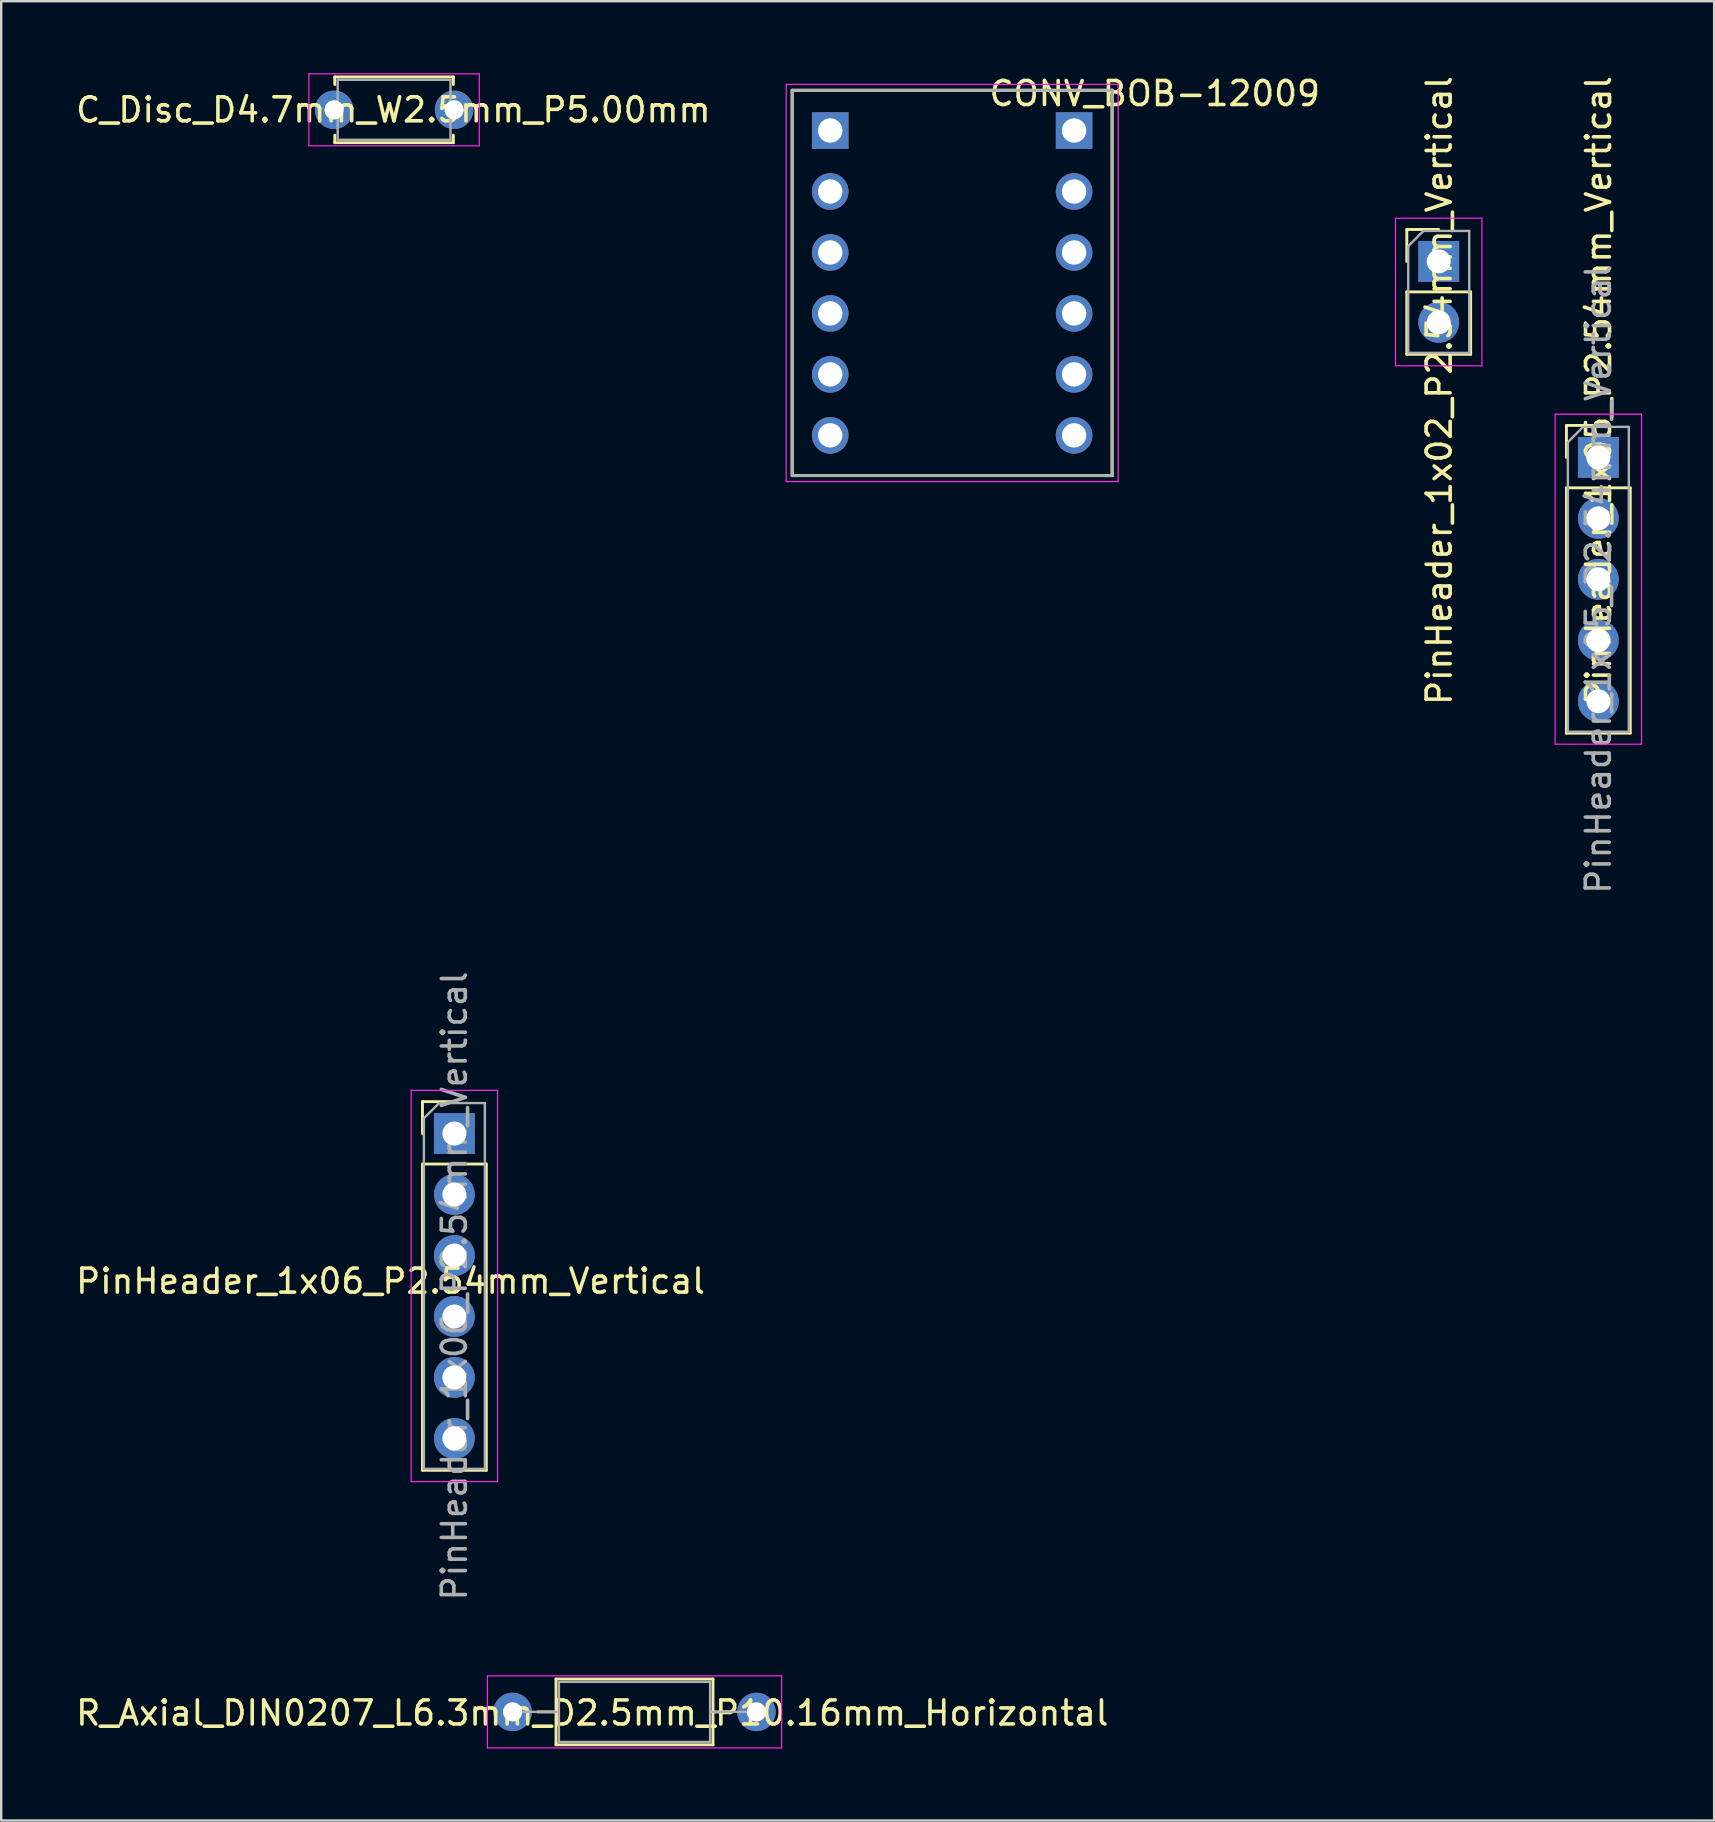
<source format=kicad_pcb>
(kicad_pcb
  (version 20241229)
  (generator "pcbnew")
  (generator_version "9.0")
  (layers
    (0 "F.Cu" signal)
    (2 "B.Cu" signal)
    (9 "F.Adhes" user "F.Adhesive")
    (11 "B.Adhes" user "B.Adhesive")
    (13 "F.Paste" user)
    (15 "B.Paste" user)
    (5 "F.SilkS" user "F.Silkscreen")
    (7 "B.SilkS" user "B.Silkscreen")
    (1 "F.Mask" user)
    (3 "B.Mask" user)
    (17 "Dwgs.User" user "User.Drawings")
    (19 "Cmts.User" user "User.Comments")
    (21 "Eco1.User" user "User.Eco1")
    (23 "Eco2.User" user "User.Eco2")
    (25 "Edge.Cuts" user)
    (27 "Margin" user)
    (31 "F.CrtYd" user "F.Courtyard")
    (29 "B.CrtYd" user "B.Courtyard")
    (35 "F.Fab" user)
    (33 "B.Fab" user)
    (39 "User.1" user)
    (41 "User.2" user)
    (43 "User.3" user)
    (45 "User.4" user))
  (footprint "PinHeader_1x02_P2.54mm_Vertical"
    (layer "F.Cu")
    (at 56.89 7.84)
    (property "Reference" "PinHeader_1x02_P2.54mm_Vertical" (at 0.02 5.38 90) (layer "F.SilkS") (effects (font (size 1 1) (thickness 0.15))))
    (attr through_hole)
    (fp_line (start -1.33 -1.33) (end 0 -1.33) (stroke (width 0.12) (type solid)) (layer "F.SilkS"))
    (fp_line (start -1.33 0) (end -1.33 -1.33) (stroke (width 0.12) (type solid)) (layer "F.SilkS"))
    (fp_line (start -1.33 1.27) (end -1.33 3.87) (stroke (width 0.12) (type solid)) (layer "F.SilkS"))
    (fp_line (start -1.33 1.27) (end 1.33 1.27) (stroke (width 0.12) (type solid)) (layer "F.SilkS"))
    (fp_line (start -1.33 3.87) (end 1.33 3.87) (stroke (width 0.12) (type solid)) (layer "F.SilkS"))
    (fp_line (start 1.33 1.27) (end 1.33 3.87) (stroke (width 0.12) (type solid)) (layer "F.SilkS"))
    (fp_line (start -1.8 -1.8) (end -1.8 4.35) (stroke (width 0.05) (type solid)) (layer "F.CrtYd"))
    (fp_line (start -1.8 4.35) (end 1.8 4.35) (stroke (width 0.05) (type solid)) (layer "F.CrtYd"))
    (fp_line (start 1.8 -1.8) (end -1.8 -1.8) (stroke (width 0.05) (type solid)) (layer "F.CrtYd"))
    (fp_line (start 1.8 4.35) (end 1.8 -1.8) (stroke (width 0.05) (type solid)) (layer "F.CrtYd"))
    (fp_line (start -1.27 -0.635) (end -0.635 -1.27) (stroke (width 0.1) (type solid)) (layer "F.Fab"))
    (fp_line (start -1.27 3.81) (end -1.27 -0.635) (stroke (width 0.1) (type solid)) (layer "F.Fab"))
    (fp_line (start -0.635 -1.27) (end 1.27 -1.27) (stroke (width 0.1) (type solid)) (layer "F.Fab"))
    (fp_line (start 1.27 -1.27) (end 1.27 3.81) (stroke (width 0.1) (type solid)) (layer "F.Fab"))
    (fp_line (start 1.27 3.81) (end -1.27 3.81) (stroke (width 0.1) (type solid)) (layer "F.Fab"))
    (pad "1" thru_hole rect (at 0 0) (size 1.7 1.7) (drill 1) (layers "*.Cu" "*.Mask"))
    (pad "2" thru_hole oval (at 0 2.54) (size 1.7 1.7) (drill 1) (layers "*.Cu" "*.Mask")))
  (footprint "CONV_BOB-12009"
    (layer "F.Cu")
    (at 36.619 8.738)
    (property "Reference" "CONV_BOB-12009" (at 8.44 -7.89 0) (layer "F.SilkS") (effects (font (size 1 1) (thickness 0.15))))
    (attr through_hole)
    (fp_line (start -6.665 -8.025) (end 6.665 -8.025) (stroke (width 0.127) (type solid)) (layer "F.SilkS"))
    (fp_line (start -6.665 8.025) (end -6.665 -8.025) (stroke (width 0.127) (type solid)) (layer "F.SilkS"))
    (fp_line (start 6.665 -8.025) (end 6.665 8.025) (stroke (width 0.127) (type solid)) (layer "F.SilkS"))
    (fp_line (start 6.665 8.025) (end -6.665 8.025) (stroke (width 0.127) (type solid)) (layer "F.SilkS"))
    (fp_line (start -6.915 -8.275) (end -6.915 8.275) (stroke (width 0.05) (type solid)) (layer "F.CrtYd"))
    (fp_line (start -6.915 8.275) (end 6.915 8.275) (stroke (width 0.05) (type solid)) (layer "F.CrtYd"))
    (fp_line (start 6.915 -8.275) (end -6.915 -8.275) (stroke (width 0.05) (type solid)) (layer "F.CrtYd"))
    (fp_line (start 6.915 8.275) (end 6.915 -8.275) (stroke (width 0.05) (type solid)) (layer "F.CrtYd"))
    (fp_line (start -6.665 -8.025) (end 6.665 -8.025) (stroke (width 0.127) (type solid)) (layer "F.Fab"))
    (fp_line (start -6.665 8.025) (end -6.665 -8.025) (stroke (width 0.127) (type solid)) (layer "F.Fab"))
    (fp_line (start 6.665 -8.025) (end 6.665 8.025) (stroke (width 0.127) (type solid)) (layer "F.Fab"))
    (fp_line (start 6.665 8.025) (end -6.665 8.025) (stroke (width 0.127) (type solid)) (layer "F.Fab"))
    (pad "GND_1" thru_hole circle (at 5.08 1.27) (size 1.524 1.524) (drill 1.016) (layers "*.Cu" "*.Mask"))
    (pad "GND_2" thru_hole circle (at -5.08 1.27) (size 1.524 1.524) (drill 1.016) (layers "*.Cu" "*.Mask"))
    (pad "HV" thru_hole circle (at 5.08 -1.27) (size 1.524 1.524) (drill 1.016) (layers "*.Cu" "*.Mask"))
    (pad "HV1" thru_hole rect (at 5.08 -6.35) (size 1.524 1.524) (drill 1.016) (layers "*.Cu" "*.Mask"))
    (pad "HV2" thru_hole circle (at 5.08 -3.81) (size 1.524 1.524) (drill 1.016) (layers "*.Cu" "*.Mask"))
    (pad "HV3" thru_hole circle (at 5.08 3.81) (size 1.524 1.524) (drill 1.016) (layers "*.Cu" "*.Mask"))
    (pad "HV4" thru_hole circle (at 5.08 6.35) (size 1.524 1.524) (drill 1.016) (layers "*.Cu" "*.Mask"))
    (pad "LV" thru_hole circle (at -5.08 -1.27) (size 1.524 1.524) (drill 1.016) (layers "*.Cu" "*.Mask"))
    (pad "LV1" thru_hole rect (at -5.08 -6.35) (size 1.524 1.524) (drill 1.016) (layers "*.Cu" "*.Mask"))
    (pad "LV2" thru_hole circle (at -5.08 -3.81) (size 1.524 1.524) (drill 1.016) (layers "*.Cu" "*.Mask"))
    (pad "LV3" thru_hole circle (at -5.08 3.81) (size 1.524 1.524) (drill 1.016) (layers "*.Cu" "*.Mask"))
    (pad "LV4" thru_hole circle (at -5.08 6.35) (size 1.524 1.524) (drill 1.016) (layers "*.Cu" "*.Mask")))
  (footprint "PinHeader_1x06_P2.54mm_Vertical"
    (layer "F.Cu")
    (at 15.88 44.176)
    (property "Reference" "PinHeader_1x06_P2.54mm_Vertical" (at -2.66 6.15 180) (layer "F.SilkS") (effects (font (size 1 1) (thickness 0.15))))
    (attr through_hole)
    (fp_line (start -1.33 -1.33) (end 0 -1.33) (stroke (width 0.12) (type solid)) (layer "F.SilkS"))
    (fp_line (start -1.33 0) (end -1.33 -1.33) (stroke (width 0.12) (type solid)) (layer "F.SilkS"))
    (fp_line (start -1.33 1.27) (end -1.33 14.03) (stroke (width 0.12) (type solid)) (layer "F.SilkS"))
    (fp_line (start -1.33 1.27) (end 1.33 1.27) (stroke (width 0.12) (type solid)) (layer "F.SilkS"))
    (fp_line (start -1.33 14.03) (end 1.33 14.03) (stroke (width 0.12) (type solid)) (layer "F.SilkS"))
    (fp_line (start 1.33 1.27) (end 1.33 14.03) (stroke (width 0.12) (type solid)) (layer "F.SilkS"))
    (fp_line (start -1.8 -1.8) (end -1.8 14.5) (stroke (width 0.05) (type solid)) (layer "F.CrtYd"))
    (fp_line (start -1.8 14.5) (end 1.8 14.5) (stroke (width 0.05) (type solid)) (layer "F.CrtYd"))
    (fp_line (start 1.8 -1.8) (end -1.8 -1.8) (stroke (width 0.05) (type solid)) (layer "F.CrtYd"))
    (fp_line (start 1.8 14.5) (end 1.8 -1.8) (stroke (width 0.05) (type solid)) (layer "F.CrtYd"))
    (fp_line (start -1.27 -0.635) (end -0.635 -1.27) (stroke (width 0.1) (type solid)) (layer "F.Fab"))
    (fp_line (start -1.27 13.97) (end -1.27 -0.635) (stroke (width 0.1) (type solid)) (layer "F.Fab"))
    (fp_line (start -0.635 -1.27) (end 1.27 -1.27) (stroke (width 0.1) (type solid)) (layer "F.Fab"))
    (fp_line (start 1.27 -1.27) (end 1.27 13.97) (stroke (width 0.1) (type solid)) (layer "F.Fab"))
    (fp_line (start 1.27 13.97) (end -1.27 13.97) (stroke (width 0.1) (type solid)) (layer "F.Fab"))
    (fp_text user "${REFERENCE}" (at 0 6.35 270) (layer "F.Fab") (effects (font (size 1 1) (thickness 0.15))))
    (pad "1" thru_hole rect (at 0 0) (size 1.7 1.7) (drill 1) (layers "*.Cu" "*.Mask"))
    (pad "2" thru_hole oval (at 0 2.54) (size 1.7 1.7) (drill 1) (layers "*.Cu" "*.Mask"))
    (pad "3" thru_hole oval (at 0 5.08) (size 1.7 1.7) (drill 1) (layers "*.Cu" "*.Mask"))
    (pad "4" thru_hole oval (at 0 7.62) (size 1.7 1.7) (drill 1) (layers "*.Cu" "*.Mask"))
    (pad "5" thru_hole oval (at 0 10.16) (size 1.7 1.7) (drill 1) (layers "*.Cu" "*.Mask"))
    (pad "6" thru_hole oval (at 0 12.7) (size 1.7 1.7) (drill 1) (layers "*.Cu" "*.Mask")))
  (footprint "R_Axial_DIN0207_L6.3mm_D2.5mm_P10.16mm_Horizontal"
    (layer "F.Cu")
    (at 18.305 68.271)
    (property "Reference" "R_Axial_DIN0207_L6.3mm_D2.5mm_P10.16mm_Horizontal" (at 3.32 0.046 0) (layer "F.SilkS") (effects (font (size 1 1) (thickness 0.15))))
    (attr through_hole)
    (fp_line (start 1.04 0) (end 1.81 0) (stroke (width 0.12) (type solid)) (layer "F.SilkS"))
    (fp_line (start 1.81 -1.37) (end 1.81 1.37) (stroke (width 0.12) (type solid)) (layer "F.SilkS"))
    (fp_line (start 1.81 1.37) (end 8.35 1.37) (stroke (width 0.12) (type solid)) (layer "F.SilkS"))
    (fp_line (start 8.35 -1.37) (end 1.81 -1.37) (stroke (width 0.12) (type solid)) (layer "F.SilkS"))
    (fp_line (start 8.35 1.37) (end 8.35 -1.37) (stroke (width 0.12) (type solid)) (layer "F.SilkS"))
    (fp_line (start 9.12 0) (end 8.35 0) (stroke (width 0.12) (type solid)) (layer "F.SilkS"))
    (fp_line (start -1.05 -1.5) (end -1.05 1.5) (stroke (width 0.05) (type solid)) (layer "F.CrtYd"))
    (fp_line (start -1.05 1.5) (end 11.21 1.5) (stroke (width 0.05) (type solid)) (layer "F.CrtYd"))
    (fp_line (start 11.21 -1.5) (end -1.05 -1.5) (stroke (width 0.05) (type solid)) (layer "F.CrtYd"))
    (fp_line (start 11.21 1.5) (end 11.21 -1.5) (stroke (width 0.05) (type solid)) (layer "F.CrtYd"))
    (fp_line (start 0 0) (end 1.93 0) (stroke (width 0.1) (type solid)) (layer "F.Fab"))
    (fp_line (start 1.93 -1.25) (end 1.93 1.25) (stroke (width 0.1) (type solid)) (layer "F.Fab"))
    (fp_line (start 1.93 1.25) (end 8.23 1.25) (stroke (width 0.1) (type solid)) (layer "F.Fab"))
    (fp_line (start 8.23 -1.25) (end 1.93 -1.25) (stroke (width 0.1) (type solid)) (layer "F.Fab"))
    (fp_line (start 8.23 1.25) (end 8.23 -1.25) (stroke (width 0.1) (type solid)) (layer "F.Fab"))
    (fp_line (start 10.16 0) (end 8.23 0) (stroke (width 0.1) (type solid)) (layer "F.Fab"))
    (pad "1" thru_hole circle (at 0 0) (size 1.6 1.6) (drill 0.8) (layers "*.Cu" "*.Mask"))
    (pad "2" thru_hole oval (at 10.16 0) (size 1.6 1.6) (drill 0.8) (layers "*.Cu" "*.Mask")))
  (footprint "C_Disc_D4.7mm_W2.5mm_P5.00mm"
    (layer "F.Cu")
    (at 10.868 1.525)
    (property "Reference" "C_Disc_D4.7mm_W2.5mm_P5.00mm" (at 2.471 0.002 0) (layer "F.SilkS") (effects (font (size 1 1) (thickness 0.15))))
    (attr through_hole)
    (fp_line (start 0.03 -1.37) (end 0.03 -1.055) (stroke (width 0.12) (type solid)) (layer "F.SilkS"))
    (fp_line (start 0.03 -1.37) (end 4.97 -1.37) (stroke (width 0.12) (type solid)) (layer "F.SilkS"))
    (fp_line (start 0.03 1.055) (end 0.03 1.37) (stroke (width 0.12) (type solid)) (layer "F.SilkS"))
    (fp_line (start 0.03 1.37) (end 4.97 1.37) (stroke (width 0.12) (type solid)) (layer "F.SilkS"))
    (fp_line (start 4.97 -1.37) (end 4.97 -1.055) (stroke (width 0.12) (type solid)) (layer "F.SilkS"))
    (fp_line (start 4.97 1.055) (end 4.97 1.37) (stroke (width 0.12) (type solid)) (layer "F.SilkS"))
    (fp_line (start -1.05 -1.5) (end -1.05 1.5) (stroke (width 0.05) (type solid)) (layer "F.CrtYd"))
    (fp_line (start -1.05 1.5) (end 6.05 1.5) (stroke (width 0.05) (type solid)) (layer "F.CrtYd"))
    (fp_line (start 6.05 -1.5) (end -1.05 -1.5) (stroke (width 0.05) (type solid)) (layer "F.CrtYd"))
    (fp_line (start 6.05 1.5) (end 6.05 -1.5) (stroke (width 0.05) (type solid)) (layer "F.CrtYd"))
    (fp_line (start 0.15 -1.25) (end 0.15 1.25) (stroke (width 0.1) (type solid)) (layer "F.Fab"))
    (fp_line (start 0.15 1.25) (end 4.85 1.25) (stroke (width 0.1) (type solid)) (layer "F.Fab"))
    (fp_line (start 4.85 -1.25) (end 0.15 -1.25) (stroke (width 0.1) (type solid)) (layer "F.Fab"))
    (fp_line (start 4.85 1.25) (end 4.85 -1.25) (stroke (width 0.1) (type solid)) (layer "F.Fab"))
    (pad "1" thru_hole circle (at 0 0) (size 1.6 1.6) (drill 0.8) (layers "*.Cu" "*.Mask"))
    (pad "2" thru_hole circle (at 5 0) (size 1.6 1.6) (drill 0.8) (layers "*.Cu" "*.Mask")))
  (footprint "PinHeader_1x05_P2.54mm_Vertical"
    (layer "F.Cu")
    (at 63.54 16.005)
    (property "Reference" "PinHeader_1x05_P2.54mm_Vertical" (at 0.01 -2.785 90) (layer "F.SilkS") (effects (font (size 1 1) (thickness 0.15))))
    (attr through_hole)
    (fp_line (start -1.33 -1.33) (end 0 -1.33) (stroke (width 0.12) (type solid)) (layer "F.SilkS"))
    (fp_line (start -1.33 0) (end -1.33 -1.33) (stroke (width 0.12) (type solid)) (layer "F.SilkS"))
    (fp_line (start -1.33 1.27) (end -1.33 11.49) (stroke (width 0.12) (type solid)) (layer "F.SilkS"))
    (fp_line (start -1.33 1.27) (end 1.33 1.27) (stroke (width 0.12) (type solid)) (layer "F.SilkS"))
    (fp_line (start -1.33 11.49) (end 1.33 11.49) (stroke (width 0.12) (type solid)) (layer "F.SilkS"))
    (fp_line (start 1.33 1.27) (end 1.33 11.49) (stroke (width 0.12) (type solid)) (layer "F.SilkS"))
    (fp_line (start -1.8 -1.8) (end -1.8 11.95) (stroke (width 0.05) (type solid)) (layer "F.CrtYd"))
    (fp_line (start -1.8 11.95) (end 1.8 11.95) (stroke (width 0.05) (type solid)) (layer "F.CrtYd"))
    (fp_line (start 1.8 -1.8) (end -1.8 -1.8) (stroke (width 0.05) (type solid)) (layer "F.CrtYd"))
    (fp_line (start 1.8 11.95) (end 1.8 -1.8) (stroke (width 0.05) (type solid)) (layer "F.CrtYd"))
    (fp_line (start -1.27 -0.635) (end -0.635 -1.27) (stroke (width 0.1) (type solid)) (layer "F.Fab"))
    (fp_line (start -1.27 11.43) (end -1.27 -0.635) (stroke (width 0.1) (type solid)) (layer "F.Fab"))
    (fp_line (start -0.635 -1.27) (end 1.27 -1.27) (stroke (width 0.1) (type solid)) (layer "F.Fab"))
    (fp_line (start 1.27 -1.27) (end 1.27 11.43) (stroke (width 0.1) (type solid)) (layer "F.Fab"))
    (fp_line (start 1.27 11.43) (end -1.27 11.43) (stroke (width 0.1) (type solid)) (layer "F.Fab"))
    (fp_text user "${REFERENCE}" (at 0 5.08 90) (layer "F.Fab") (effects (font (size 1 1) (thickness 0.15))))
    (pad "1" thru_hole rect (at 0 0) (size 1.7 1.7) (drill 1) (layers "*.Cu" "*.Mask"))
    (pad "2" thru_hole oval (at 0 2.54) (size 1.7 1.7) (drill 1) (layers "*.Cu" "*.Mask"))
    (pad "3" thru_hole oval (at 0 5.08) (size 1.7 1.7) (drill 1) (layers "*.Cu" "*.Mask"))
    (pad "4" thru_hole oval (at 0 7.62) (size 1.7 1.7) (drill 1) (layers "*.Cu" "*.Mask"))
    (pad "5" thru_hole oval (at 0 10.16) (size 1.7 1.7) (drill 1) (layers "*.Cu" "*.Mask")))
  (gr_rect
    (start -3 -3)
    (end 68.365 72.796)
    (stroke (width 0.1) (type default))
    (fill no)
    (layer "Edge.Cuts")))
</source>
